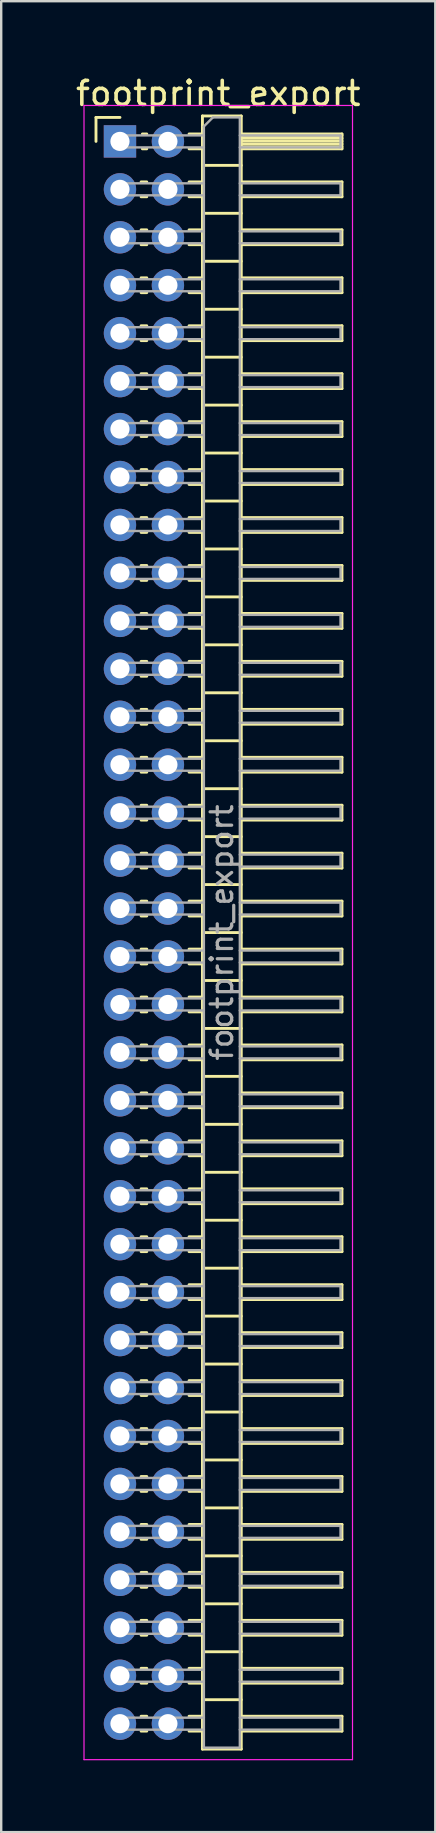
<source format=kicad_pcb>
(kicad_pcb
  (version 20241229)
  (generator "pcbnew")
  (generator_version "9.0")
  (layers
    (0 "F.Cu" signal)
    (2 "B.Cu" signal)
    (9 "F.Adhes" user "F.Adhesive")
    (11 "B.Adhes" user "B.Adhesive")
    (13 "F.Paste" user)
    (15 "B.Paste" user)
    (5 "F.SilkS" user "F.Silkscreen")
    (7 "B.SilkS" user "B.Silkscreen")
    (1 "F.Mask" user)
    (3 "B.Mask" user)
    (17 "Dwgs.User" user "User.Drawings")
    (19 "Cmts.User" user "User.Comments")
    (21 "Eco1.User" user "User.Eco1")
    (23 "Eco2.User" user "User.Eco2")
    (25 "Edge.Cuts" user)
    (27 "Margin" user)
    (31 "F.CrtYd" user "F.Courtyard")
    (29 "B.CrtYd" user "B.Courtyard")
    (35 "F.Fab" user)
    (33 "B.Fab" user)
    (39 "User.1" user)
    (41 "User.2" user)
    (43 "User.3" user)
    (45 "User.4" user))
  (footprint "footprint_export"
    (layer "F.Cu")
    (at 1.954 2.848)
    (property "Reference" "footprint_export" (at 4.1 -2 0) (layer "F.SilkS") (effects (font (size 1 1) (thickness 0.15))))
    (attr through_hole)
    (fp_line (start -1 -1) (end 0 -1) (stroke (width 0.12) (type solid)) (layer "F.SilkS"))
    (fp_line (start -1 0) (end -1 -1) (stroke (width 0.12) (type solid)) (layer "F.SilkS"))
    (fp_line (start 0.882 1.69) (end 1.118 1.69) (stroke (width 0.12) (type solid)) (layer "F.SilkS"))
    (fp_line (start 0.882 2.31) (end 1.118 2.31) (stroke (width 0.12) (type solid)) (layer "F.SilkS"))
    (fp_line (start 0.882 3.69) (end 1.118 3.69) (stroke (width 0.12) (type solid)) (layer "F.SilkS"))
    (fp_line (start 0.882 4.31) (end 1.118 4.31) (stroke (width 0.12) (type solid)) (layer "F.SilkS"))
    (fp_line (start 0.882 5.69) (end 1.118 5.69) (stroke (width 0.12) (type solid)) (layer "F.SilkS"))
    (fp_line (start 0.882 6.31) (end 1.118 6.31) (stroke (width 0.12) (type solid)) (layer "F.SilkS"))
    (fp_line (start 0.882 7.69) (end 1.118 7.69) (stroke (width 0.12) (type solid)) (layer "F.SilkS"))
    (fp_line (start 0.882 8.31) (end 1.118 8.31) (stroke (width 0.12) (type solid)) (layer "F.SilkS"))
    (fp_line (start 0.882 9.69) (end 1.118 9.69) (stroke (width 0.12) (type solid)) (layer "F.SilkS"))
    (fp_line (start 0.882 10.31) (end 1.118 10.31) (stroke (width 0.12) (type solid)) (layer "F.SilkS"))
    (fp_line (start 0.882 11.69) (end 1.118 11.69) (stroke (width 0.12) (type solid)) (layer "F.SilkS"))
    (fp_line (start 0.882 12.31) (end 1.118 12.31) (stroke (width 0.12) (type solid)) (layer "F.SilkS"))
    (fp_line (start 0.882 13.69) (end 1.118 13.69) (stroke (width 0.12) (type solid)) (layer "F.SilkS"))
    (fp_line (start 0.882 14.31) (end 1.118 14.31) (stroke (width 0.12) (type solid)) (layer "F.SilkS"))
    (fp_line (start 0.882 15.69) (end 1.118 15.69) (stroke (width 0.12) (type solid)) (layer "F.SilkS"))
    (fp_line (start 0.882 16.31) (end 1.118 16.31) (stroke (width 0.12) (type solid)) (layer "F.SilkS"))
    (fp_line (start 0.882 17.69) (end 1.118 17.69) (stroke (width 0.12) (type solid)) (layer "F.SilkS"))
    (fp_line (start 0.882 18.31) (end 1.118 18.31) (stroke (width 0.12) (type solid)) (layer "F.SilkS"))
    (fp_line (start 0.882 19.69) (end 1.118 19.69) (stroke (width 0.12) (type solid)) (layer "F.SilkS"))
    (fp_line (start 0.882 20.31) (end 1.118 20.31) (stroke (width 0.12) (type solid)) (layer "F.SilkS"))
    (fp_line (start 0.882 21.69) (end 1.118 21.69) (stroke (width 0.12) (type solid)) (layer "F.SilkS"))
    (fp_line (start 0.882 22.31) (end 1.118 22.31) (stroke (width 0.12) (type solid)) (layer "F.SilkS"))
    (fp_line (start 0.882 23.69) (end 1.118 23.69) (stroke (width 0.12) (type solid)) (layer "F.SilkS"))
    (fp_line (start 0.882 24.31) (end 1.118 24.31) (stroke (width 0.12) (type solid)) (layer "F.SilkS"))
    (fp_line (start 0.882 25.69) (end 1.118 25.69) (stroke (width 0.12) (type solid)) (layer "F.SilkS"))
    (fp_line (start 0.882 26.31) (end 1.118 26.31) (stroke (width 0.12) (type solid)) (layer "F.SilkS"))
    (fp_line (start 0.882 27.69) (end 1.118 27.69) (stroke (width 0.12) (type solid)) (layer "F.SilkS"))
    (fp_line (start 0.882 28.31) (end 1.118 28.31) (stroke (width 0.12) (type solid)) (layer "F.SilkS"))
    (fp_line (start 0.882 29.69) (end 1.118 29.69) (stroke (width 0.12) (type solid)) (layer "F.SilkS"))
    (fp_line (start 0.882 30.31) (end 1.118 30.31) (stroke (width 0.12) (type solid)) (layer "F.SilkS"))
    (fp_line (start 0.882 31.69) (end 1.118 31.69) (stroke (width 0.12) (type solid)) (layer "F.SilkS"))
    (fp_line (start 0.882 32.31) (end 1.118 32.31) (stroke (width 0.12) (type solid)) (layer "F.SilkS"))
    (fp_line (start 0.882 33.69) (end 1.118 33.69) (stroke (width 0.12) (type solid)) (layer "F.SilkS"))
    (fp_line (start 0.882 34.31) (end 1.118 34.31) (stroke (width 0.12) (type solid)) (layer "F.SilkS"))
    (fp_line (start 0.882 35.69) (end 1.118 35.69) (stroke (width 0.12) (type solid)) (layer "F.SilkS"))
    (fp_line (start 0.882 36.31) (end 1.118 36.31) (stroke (width 0.12) (type solid)) (layer "F.SilkS"))
    (fp_line (start 0.882 37.69) (end 1.118 37.69) (stroke (width 0.12) (type solid)) (layer "F.SilkS"))
    (fp_line (start 0.882 38.31) (end 1.118 38.31) (stroke (width 0.12) (type solid)) (layer "F.SilkS"))
    (fp_line (start 0.882 39.69) (end 1.118 39.69) (stroke (width 0.12) (type solid)) (layer "F.SilkS"))
    (fp_line (start 0.882 40.31) (end 1.118 40.31) (stroke (width 0.12) (type solid)) (layer "F.SilkS"))
    (fp_line (start 0.882 41.69) (end 1.118 41.69) (stroke (width 0.12) (type solid)) (layer "F.SilkS"))
    (fp_line (start 0.882 42.31) (end 1.118 42.31) (stroke (width 0.12) (type solid)) (layer "F.SilkS"))
    (fp_line (start 0.882 43.69) (end 1.118 43.69) (stroke (width 0.12) (type solid)) (layer "F.SilkS"))
    (fp_line (start 0.882 44.31) (end 1.118 44.31) (stroke (width 0.12) (type solid)) (layer "F.SilkS"))
    (fp_line (start 0.882 45.69) (end 1.118 45.69) (stroke (width 0.12) (type solid)) (layer "F.SilkS"))
    (fp_line (start 0.882 46.31) (end 1.118 46.31) (stroke (width 0.12) (type solid)) (layer "F.SilkS"))
    (fp_line (start 0.882 47.69) (end 1.118 47.69) (stroke (width 0.12) (type solid)) (layer "F.SilkS"))
    (fp_line (start 0.882 48.31) (end 1.118 48.31) (stroke (width 0.12) (type solid)) (layer "F.SilkS"))
    (fp_line (start 0.882 49.69) (end 1.118 49.69) (stroke (width 0.12) (type solid)) (layer "F.SilkS"))
    (fp_line (start 0.882 50.31) (end 1.118 50.31) (stroke (width 0.12) (type solid)) (layer "F.SilkS"))
    (fp_line (start 0.882 51.69) (end 1.118 51.69) (stroke (width 0.12) (type solid)) (layer "F.SilkS"))
    (fp_line (start 0.882 52.31) (end 1.118 52.31) (stroke (width 0.12) (type solid)) (layer "F.SilkS"))
    (fp_line (start 0.882 53.69) (end 1.118 53.69) (stroke (width 0.12) (type solid)) (layer "F.SilkS"))
    (fp_line (start 0.882 54.31) (end 1.118 54.31) (stroke (width 0.12) (type solid)) (layer "F.SilkS"))
    (fp_line (start 0.882 55.69) (end 1.118 55.69) (stroke (width 0.12) (type solid)) (layer "F.SilkS"))
    (fp_line (start 0.882 56.31) (end 1.118 56.31) (stroke (width 0.12) (type solid)) (layer "F.SilkS"))
    (fp_line (start 0.882 57.69) (end 1.118 57.69) (stroke (width 0.12) (type solid)) (layer "F.SilkS"))
    (fp_line (start 0.882 58.31) (end 1.118 58.31) (stroke (width 0.12) (type solid)) (layer "F.SilkS"))
    (fp_line (start 0.882 59.69) (end 1.118 59.69) (stroke (width 0.12) (type solid)) (layer "F.SilkS"))
    (fp_line (start 0.882 60.31) (end 1.118 60.31) (stroke (width 0.12) (type solid)) (layer "F.SilkS"))
    (fp_line (start 0.882 61.69) (end 1.118 61.69) (stroke (width 0.12) (type solid)) (layer "F.SilkS"))
    (fp_line (start 0.882 62.31) (end 1.118 62.31) (stroke (width 0.12) (type solid)) (layer "F.SilkS"))
    (fp_line (start 0.882 63.69) (end 1.118 63.69) (stroke (width 0.12) (type solid)) (layer "F.SilkS"))
    (fp_line (start 0.882 64.31) (end 1.118 64.31) (stroke (width 0.12) (type solid)) (layer "F.SilkS"))
    (fp_line (start 0.882 65.69) (end 1.118 65.69) (stroke (width 0.12) (type solid)) (layer "F.SilkS"))
    (fp_line (start 0.882 66.31) (end 1.118 66.31) (stroke (width 0.12) (type solid)) (layer "F.SilkS"))
    (fp_line (start 0.935 -0.31) (end 1.118 -0.31) (stroke (width 0.12) (type solid)) (layer "F.SilkS"))
    (fp_line (start 0.935 0.31) (end 1.118 0.31) (stroke (width 0.12) (type solid)) (layer "F.SilkS"))
    (fp_line (start 2.882 -0.31) (end 3.44 -0.31) (stroke (width 0.12) (type solid)) (layer "F.SilkS"))
    (fp_line (start 2.882 0.31) (end 3.44 0.31) (stroke (width 0.12) (type solid)) (layer "F.SilkS"))
    (fp_line (start 2.882 1.69) (end 3.44 1.69) (stroke (width 0.12) (type solid)) (layer "F.SilkS"))
    (fp_line (start 2.882 2.31) (end 3.44 2.31) (stroke (width 0.12) (type solid)) (layer "F.SilkS"))
    (fp_line (start 2.882 3.69) (end 3.44 3.69) (stroke (width 0.12) (type solid)) (layer "F.SilkS"))
    (fp_line (start 2.882 4.31) (end 3.44 4.31) (stroke (width 0.12) (type solid)) (layer "F.SilkS"))
    (fp_line (start 2.882 5.69) (end 3.44 5.69) (stroke (width 0.12) (type solid)) (layer "F.SilkS"))
    (fp_line (start 2.882 6.31) (end 3.44 6.31) (stroke (width 0.12) (type solid)) (layer "F.SilkS"))
    (fp_line (start 2.882 7.69) (end 3.44 7.69) (stroke (width 0.12) (type solid)) (layer "F.SilkS"))
    (fp_line (start 2.882 8.31) (end 3.44 8.31) (stroke (width 0.12) (type solid)) (layer "F.SilkS"))
    (fp_line (start 2.882 9.69) (end 3.44 9.69) (stroke (width 0.12) (type solid)) (layer "F.SilkS"))
    (fp_line (start 2.882 10.31) (end 3.44 10.31) (stroke (width 0.12) (type solid)) (layer "F.SilkS"))
    (fp_line (start 2.882 11.69) (end 3.44 11.69) (stroke (width 0.12) (type solid)) (layer "F.SilkS"))
    (fp_line (start 2.882 12.31) (end 3.44 12.31) (stroke (width 0.12) (type solid)) (layer "F.SilkS"))
    (fp_line (start 2.882 13.69) (end 3.44 13.69) (stroke (width 0.12) (type solid)) (layer "F.SilkS"))
    (fp_line (start 2.882 14.31) (end 3.44 14.31) (stroke (width 0.12) (type solid)) (layer "F.SilkS"))
    (fp_line (start 2.882 15.69) (end 3.44 15.69) (stroke (width 0.12) (type solid)) (layer "F.SilkS"))
    (fp_line (start 2.882 16.31) (end 3.44 16.31) (stroke (width 0.12) (type solid)) (layer "F.SilkS"))
    (fp_line (start 2.882 17.69) (end 3.44 17.69) (stroke (width 0.12) (type solid)) (layer "F.SilkS"))
    (fp_line (start 2.882 18.31) (end 3.44 18.31) (stroke (width 0.12) (type solid)) (layer "F.SilkS"))
    (fp_line (start 2.882 19.69) (end 3.44 19.69) (stroke (width 0.12) (type solid)) (layer "F.SilkS"))
    (fp_line (start 2.882 20.31) (end 3.44 20.31) (stroke (width 0.12) (type solid)) (layer "F.SilkS"))
    (fp_line (start 2.882 21.69) (end 3.44 21.69) (stroke (width 0.12) (type solid)) (layer "F.SilkS"))
    (fp_line (start 2.882 22.31) (end 3.44 22.31) (stroke (width 0.12) (type solid)) (layer "F.SilkS"))
    (fp_line (start 2.882 23.69) (end 3.44 23.69) (stroke (width 0.12) (type solid)) (layer "F.SilkS"))
    (fp_line (start 2.882 24.31) (end 3.44 24.31) (stroke (width 0.12) (type solid)) (layer "F.SilkS"))
    (fp_line (start 2.882 25.69) (end 3.44 25.69) (stroke (width 0.12) (type solid)) (layer "F.SilkS"))
    (fp_line (start 2.882 26.31) (end 3.44 26.31) (stroke (width 0.12) (type solid)) (layer "F.SilkS"))
    (fp_line (start 2.882 27.69) (end 3.44 27.69) (stroke (width 0.12) (type solid)) (layer "F.SilkS"))
    (fp_line (start 2.882 28.31) (end 3.44 28.31) (stroke (width 0.12) (type solid)) (layer "F.SilkS"))
    (fp_line (start 2.882 29.69) (end 3.44 29.69) (stroke (width 0.12) (type solid)) (layer "F.SilkS"))
    (fp_line (start 2.882 30.31) (end 3.44 30.31) (stroke (width 0.12) (type solid)) (layer "F.SilkS"))
    (fp_line (start 2.882 31.69) (end 3.44 31.69) (stroke (width 0.12) (type solid)) (layer "F.SilkS"))
    (fp_line (start 2.882 32.31) (end 3.44 32.31) (stroke (width 0.12) (type solid)) (layer "F.SilkS"))
    (fp_line (start 2.882 33.69) (end 3.44 33.69) (stroke (width 0.12) (type solid)) (layer "F.SilkS"))
    (fp_line (start 2.882 34.31) (end 3.44 34.31) (stroke (width 0.12) (type solid)) (layer "F.SilkS"))
    (fp_line (start 2.882 35.69) (end 3.44 35.69) (stroke (width 0.12) (type solid)) (layer "F.SilkS"))
    (fp_line (start 2.882 36.31) (end 3.44 36.31) (stroke (width 0.12) (type solid)) (layer "F.SilkS"))
    (fp_line (start 2.882 37.69) (end 3.44 37.69) (stroke (width 0.12) (type solid)) (layer "F.SilkS"))
    (fp_line (start 2.882 38.31) (end 3.44 38.31) (stroke (width 0.12) (type solid)) (layer "F.SilkS"))
    (fp_line (start 2.882 39.69) (end 3.44 39.69) (stroke (width 0.12) (type solid)) (layer "F.SilkS"))
    (fp_line (start 2.882 40.31) (end 3.44 40.31) (stroke (width 0.12) (type solid)) (layer "F.SilkS"))
    (fp_line (start 2.882 41.69) (end 3.44 41.69) (stroke (width 0.12) (type solid)) (layer "F.SilkS"))
    (fp_line (start 2.882 42.31) (end 3.44 42.31) (stroke (width 0.12) (type solid)) (layer "F.SilkS"))
    (fp_line (start 2.882 43.69) (end 3.44 43.69) (stroke (width 0.12) (type solid)) (layer "F.SilkS"))
    (fp_line (start 2.882 44.31) (end 3.44 44.31) (stroke (width 0.12) (type solid)) (layer "F.SilkS"))
    (fp_line (start 2.882 45.69) (end 3.44 45.69) (stroke (width 0.12) (type solid)) (layer "F.SilkS"))
    (fp_line (start 2.882 46.31) (end 3.44 46.31) (stroke (width 0.12) (type solid)) (layer "F.SilkS"))
    (fp_line (start 2.882 47.69) (end 3.44 47.69) (stroke (width 0.12) (type solid)) (layer "F.SilkS"))
    (fp_line (start 2.882 48.31) (end 3.44 48.31) (stroke (width 0.12) (type solid)) (layer "F.SilkS"))
    (fp_line (start 2.882 49.69) (end 3.44 49.69) (stroke (width 0.12) (type solid)) (layer "F.SilkS"))
    (fp_line (start 2.882 50.31) (end 3.44 50.31) (stroke (width 0.12) (type solid)) (layer "F.SilkS"))
    (fp_line (start 2.882 51.69) (end 3.44 51.69) (stroke (width 0.12) (type solid)) (layer "F.SilkS"))
    (fp_line (start 2.882 52.31) (end 3.44 52.31) (stroke (width 0.12) (type solid)) (layer "F.SilkS"))
    (fp_line (start 2.882 53.69) (end 3.44 53.69) (stroke (width 0.12) (type solid)) (layer "F.SilkS"))
    (fp_line (start 2.882 54.31) (end 3.44 54.31) (stroke (width 0.12) (type solid)) (layer "F.SilkS"))
    (fp_line (start 2.882 55.69) (end 3.44 55.69) (stroke (width 0.12) (type solid)) (layer "F.SilkS"))
    (fp_line (start 2.882 56.31) (end 3.44 56.31) (stroke (width 0.12) (type solid)) (layer "F.SilkS"))
    (fp_line (start 2.882 57.69) (end 3.44 57.69) (stroke (width 0.12) (type solid)) (layer "F.SilkS"))
    (fp_line (start 2.882 58.31) (end 3.44 58.31) (stroke (width 0.12) (type solid)) (layer "F.SilkS"))
    (fp_line (start 2.882 59.69) (end 3.44 59.69) (stroke (width 0.12) (type solid)) (layer "F.SilkS"))
    (fp_line (start 2.882 60.31) (end 3.44 60.31) (stroke (width 0.12) (type solid)) (layer "F.SilkS"))
    (fp_line (start 2.882 61.69) (end 3.44 61.69) (stroke (width 0.12) (type solid)) (layer "F.SilkS"))
    (fp_line (start 2.882 62.31) (end 3.44 62.31) (stroke (width 0.12) (type solid)) (layer "F.SilkS"))
    (fp_line (start 2.882 63.69) (end 3.44 63.69) (stroke (width 0.12) (type solid)) (layer "F.SilkS"))
    (fp_line (start 2.882 64.31) (end 3.44 64.31) (stroke (width 0.12) (type solid)) (layer "F.SilkS"))
    (fp_line (start 2.882 65.69) (end 3.44 65.69) (stroke (width 0.12) (type solid)) (layer "F.SilkS"))
    (fp_line (start 2.882 66.31) (end 3.44 66.31) (stroke (width 0.12) (type solid)) (layer "F.SilkS"))
    (fp_line (start 3.44 -1.06) (end 3.44 67.06) (stroke (width 0.12) (type solid)) (layer "F.SilkS"))
    (fp_line (start 3.44 1) (end 5.06 1) (stroke (width 0.12) (type solid)) (layer "F.SilkS"))
    (fp_line (start 3.44 3) (end 5.06 3) (stroke (width 0.12) (type solid)) (layer "F.SilkS"))
    (fp_line (start 3.44 5) (end 5.06 5) (stroke (width 0.12) (type solid)) (layer "F.SilkS"))
    (fp_line (start 3.44 7) (end 5.06 7) (stroke (width 0.12) (type solid)) (layer "F.SilkS"))
    (fp_line (start 3.44 9) (end 5.06 9) (stroke (width 0.12) (type solid)) (layer "F.SilkS"))
    (fp_line (start 3.44 11) (end 5.06 11) (stroke (width 0.12) (type solid)) (layer "F.SilkS"))
    (fp_line (start 3.44 13) (end 5.06 13) (stroke (width 0.12) (type solid)) (layer "F.SilkS"))
    (fp_line (start 3.44 15) (end 5.06 15) (stroke (width 0.12) (type solid)) (layer "F.SilkS"))
    (fp_line (start 3.44 17) (end 5.06 17) (stroke (width 0.12) (type solid)) (layer "F.SilkS"))
    (fp_line (start 3.44 19) (end 5.06 19) (stroke (width 0.12) (type solid)) (layer "F.SilkS"))
    (fp_line (start 3.44 21) (end 5.06 21) (stroke (width 0.12) (type solid)) (layer "F.SilkS"))
    (fp_line (start 3.44 23) (end 5.06 23) (stroke (width 0.12) (type solid)) (layer "F.SilkS"))
    (fp_line (start 3.44 25) (end 5.06 25) (stroke (width 0.12) (type solid)) (layer "F.SilkS"))
    (fp_line (start 3.44 27) (end 5.06 27) (stroke (width 0.12) (type solid)) (layer "F.SilkS"))
    (fp_line (start 3.44 29) (end 5.06 29) (stroke (width 0.12) (type solid)) (layer "F.SilkS"))
    (fp_line (start 3.44 31) (end 5.06 31) (stroke (width 0.12) (type solid)) (layer "F.SilkS"))
    (fp_line (start 3.44 33) (end 5.06 33) (stroke (width 0.12) (type solid)) (layer "F.SilkS"))
    (fp_line (start 3.44 35) (end 5.06 35) (stroke (width 0.12) (type solid)) (layer "F.SilkS"))
    (fp_line (start 3.44 37) (end 5.06 37) (stroke (width 0.12) (type solid)) (layer "F.SilkS"))
    (fp_line (start 3.44 39) (end 5.06 39) (stroke (width 0.12) (type solid)) (layer "F.SilkS"))
    (fp_line (start 3.44 41) (end 5.06 41) (stroke (width 0.12) (type solid)) (layer "F.SilkS"))
    (fp_line (start 3.44 43) (end 5.06 43) (stroke (width 0.12) (type solid)) (layer "F.SilkS"))
    (fp_line (start 3.44 45) (end 5.06 45) (stroke (width 0.12) (type solid)) (layer "F.SilkS"))
    (fp_line (start 3.44 47) (end 5.06 47) (stroke (width 0.12) (type solid)) (layer "F.SilkS"))
    (fp_line (start 3.44 49) (end 5.06 49) (stroke (width 0.12) (type solid)) (layer "F.SilkS"))
    (fp_line (start 3.44 51) (end 5.06 51) (stroke (width 0.12) (type solid)) (layer "F.SilkS"))
    (fp_line (start 3.44 53) (end 5.06 53) (stroke (width 0.12) (type solid)) (layer "F.SilkS"))
    (fp_line (start 3.44 55) (end 5.06 55) (stroke (width 0.12) (type solid)) (layer "F.SilkS"))
    (fp_line (start 3.44 57) (end 5.06 57) (stroke (width 0.12) (type solid)) (layer "F.SilkS"))
    (fp_line (start 3.44 59) (end 5.06 59) (stroke (width 0.12) (type solid)) (layer "F.SilkS"))
    (fp_line (start 3.44 61) (end 5.06 61) (stroke (width 0.12) (type solid)) (layer "F.SilkS"))
    (fp_line (start 3.44 63) (end 5.06 63) (stroke (width 0.12) (type solid)) (layer "F.SilkS"))
    (fp_line (start 3.44 65) (end 5.06 65) (stroke (width 0.12) (type solid)) (layer "F.SilkS"))
    (fp_line (start 3.44 67.06) (end 5.06 67.06) (stroke (width 0.12) (type solid)) (layer "F.SilkS"))
    (fp_line (start 5.06 -1.06) (end 3.44 -1.06) (stroke (width 0.12) (type solid)) (layer "F.SilkS"))
    (fp_line (start 5.06 -0.31) (end 9.26 -0.31) (stroke (width 0.12) (type solid)) (layer "F.SilkS"))
    (fp_line (start 5.06 -0.25) (end 9.26 -0.25) (stroke (width 0.12) (type solid)) (layer "F.SilkS"))
    (fp_line (start 5.06 -0.13) (end 9.26 -0.13) (stroke (width 0.12) (type solid)) (layer "F.SilkS"))
    (fp_line (start 5.06 -0.01) (end 9.26 -0.01) (stroke (width 0.12) (type solid)) (layer "F.SilkS"))
    (fp_line (start 5.06 0.11) (end 9.26 0.11) (stroke (width 0.12) (type solid)) (layer "F.SilkS"))
    (fp_line (start 5.06 0.23) (end 9.26 0.23) (stroke (width 0.12) (type solid)) (layer "F.SilkS"))
    (fp_line (start 5.06 1.69) (end 9.26 1.69) (stroke (width 0.12) (type solid)) (layer "F.SilkS"))
    (fp_line (start 5.06 3.69) (end 9.26 3.69) (stroke (width 0.12) (type solid)) (layer "F.SilkS"))
    (fp_line (start 5.06 5.69) (end 9.26 5.69) (stroke (width 0.12) (type solid)) (layer "F.SilkS"))
    (fp_line (start 5.06 7.69) (end 9.26 7.69) (stroke (width 0.12) (type solid)) (layer "F.SilkS"))
    (fp_line (start 5.06 9.69) (end 9.26 9.69) (stroke (width 0.12) (type solid)) (layer "F.SilkS"))
    (fp_line (start 5.06 11.69) (end 9.26 11.69) (stroke (width 0.12) (type solid)) (layer "F.SilkS"))
    (fp_line (start 5.06 13.69) (end 9.26 13.69) (stroke (width 0.12) (type solid)) (layer "F.SilkS"))
    (fp_line (start 5.06 15.69) (end 9.26 15.69) (stroke (width 0.12) (type solid)) (layer "F.SilkS"))
    (fp_line (start 5.06 17.69) (end 9.26 17.69) (stroke (width 0.12) (type solid)) (layer "F.SilkS"))
    (fp_line (start 5.06 19.69) (end 9.26 19.69) (stroke (width 0.12) (type solid)) (layer "F.SilkS"))
    (fp_line (start 5.06 21.69) (end 9.26 21.69) (stroke (width 0.12) (type solid)) (layer "F.SilkS"))
    (fp_line (start 5.06 23.69) (end 9.26 23.69) (stroke (width 0.12) (type solid)) (layer "F.SilkS"))
    (fp_line (start 5.06 25.69) (end 9.26 25.69) (stroke (width 0.12) (type solid)) (layer "F.SilkS"))
    (fp_line (start 5.06 27.69) (end 9.26 27.69) (stroke (width 0.12) (type solid)) (layer "F.SilkS"))
    (fp_line (start 5.06 29.69) (end 9.26 29.69) (stroke (width 0.12) (type solid)) (layer "F.SilkS"))
    (fp_line (start 5.06 31.69) (end 9.26 31.69) (stroke (width 0.12) (type solid)) (layer "F.SilkS"))
    (fp_line (start 5.06 33.69) (end 9.26 33.69) (stroke (width 0.12) (type solid)) (layer "F.SilkS"))
    (fp_line (start 5.06 35.69) (end 9.26 35.69) (stroke (width 0.12) (type solid)) (layer "F.SilkS"))
    (fp_line (start 5.06 37.69) (end 9.26 37.69) (stroke (width 0.12) (type solid)) (layer "F.SilkS"))
    (fp_line (start 5.06 39.69) (end 9.26 39.69) (stroke (width 0.12) (type solid)) (layer "F.SilkS"))
    (fp_line (start 5.06 41.69) (end 9.26 41.69) (stroke (width 0.12) (type solid)) (layer "F.SilkS"))
    (fp_line (start 5.06 43.69) (end 9.26 43.69) (stroke (width 0.12) (type solid)) (layer "F.SilkS"))
    (fp_line (start 5.06 45.69) (end 9.26 45.69) (stroke (width 0.12) (type solid)) (layer "F.SilkS"))
    (fp_line (start 5.06 47.69) (end 9.26 47.69) (stroke (width 0.12) (type solid)) (layer "F.SilkS"))
    (fp_line (start 5.06 49.69) (end 9.26 49.69) (stroke (width 0.12) (type solid)) (layer "F.SilkS"))
    (fp_line (start 5.06 51.69) (end 9.26 51.69) (stroke (width 0.12) (type solid)) (layer "F.SilkS"))
    (fp_line (start 5.06 53.69) (end 9.26 53.69) (stroke (width 0.12) (type solid)) (layer "F.SilkS"))
    (fp_line (start 5.06 55.69) (end 9.26 55.69) (stroke (width 0.12) (type solid)) (layer "F.SilkS"))
    (fp_line (start 5.06 57.69) (end 9.26 57.69) (stroke (width 0.12) (type solid)) (layer "F.SilkS"))
    (fp_line (start 5.06 59.69) (end 9.26 59.69) (stroke (width 0.12) (type solid)) (layer "F.SilkS"))
    (fp_line (start 5.06 61.69) (end 9.26 61.69) (stroke (width 0.12) (type solid)) (layer "F.SilkS"))
    (fp_line (start 5.06 63.69) (end 9.26 63.69) (stroke (width 0.12) (type solid)) (layer "F.SilkS"))
    (fp_line (start 5.06 65.69) (end 9.26 65.69) (stroke (width 0.12) (type solid)) (layer "F.SilkS"))
    (fp_line (start 5.06 67.06) (end 5.06 -1.06) (stroke (width 0.12) (type solid)) (layer "F.SilkS"))
    (fp_line (start 9.26 -0.31) (end 9.26 0.31) (stroke (width 0.12) (type solid)) (layer "F.SilkS"))
    (fp_line (start 9.26 0.31) (end 5.06 0.31) (stroke (width 0.12) (type solid)) (layer "F.SilkS"))
    (fp_line (start 9.26 1.69) (end 9.26 2.31) (stroke (width 0.12) (type solid)) (layer "F.SilkS"))
    (fp_line (start 9.26 2.31) (end 5.06 2.31) (stroke (width 0.12) (type solid)) (layer "F.SilkS"))
    (fp_line (start 9.26 3.69) (end 9.26 4.31) (stroke (width 0.12) (type solid)) (layer "F.SilkS"))
    (fp_line (start 9.26 4.31) (end 5.06 4.31) (stroke (width 0.12) (type solid)) (layer "F.SilkS"))
    (fp_line (start 9.26 5.69) (end 9.26 6.31) (stroke (width 0.12) (type solid)) (layer "F.SilkS"))
    (fp_line (start 9.26 6.31) (end 5.06 6.31) (stroke (width 0.12) (type solid)) (layer "F.SilkS"))
    (fp_line (start 9.26 7.69) (end 9.26 8.31) (stroke (width 0.12) (type solid)) (layer "F.SilkS"))
    (fp_line (start 9.26 8.31) (end 5.06 8.31) (stroke (width 0.12) (type solid)) (layer "F.SilkS"))
    (fp_line (start 9.26 9.69) (end 9.26 10.31) (stroke (width 0.12) (type solid)) (layer "F.SilkS"))
    (fp_line (start 9.26 10.31) (end 5.06 10.31) (stroke (width 0.12) (type solid)) (layer "F.SilkS"))
    (fp_line (start 9.26 11.69) (end 9.26 12.31) (stroke (width 0.12) (type solid)) (layer "F.SilkS"))
    (fp_line (start 9.26 12.31) (end 5.06 12.31) (stroke (width 0.12) (type solid)) (layer "F.SilkS"))
    (fp_line (start 9.26 13.69) (end 9.26 14.31) (stroke (width 0.12) (type solid)) (layer "F.SilkS"))
    (fp_line (start 9.26 14.31) (end 5.06 14.31) (stroke (width 0.12) (type solid)) (layer "F.SilkS"))
    (fp_line (start 9.26 15.69) (end 9.26 16.31) (stroke (width 0.12) (type solid)) (layer "F.SilkS"))
    (fp_line (start 9.26 16.31) (end 5.06 16.31) (stroke (width 0.12) (type solid)) (layer "F.SilkS"))
    (fp_line (start 9.26 17.69) (end 9.26 18.31) (stroke (width 0.12) (type solid)) (layer "F.SilkS"))
    (fp_line (start 9.26 18.31) (end 5.06 18.31) (stroke (width 0.12) (type solid)) (layer "F.SilkS"))
    (fp_line (start 9.26 19.69) (end 9.26 20.31) (stroke (width 0.12) (type solid)) (layer "F.SilkS"))
    (fp_line (start 9.26 20.31) (end 5.06 20.31) (stroke (width 0.12) (type solid)) (layer "F.SilkS"))
    (fp_line (start 9.26 21.69) (end 9.26 22.31) (stroke (width 0.12) (type solid)) (layer "F.SilkS"))
    (fp_line (start 9.26 22.31) (end 5.06 22.31) (stroke (width 0.12) (type solid)) (layer "F.SilkS"))
    (fp_line (start 9.26 23.69) (end 9.26 24.31) (stroke (width 0.12) (type solid)) (layer "F.SilkS"))
    (fp_line (start 9.26 24.31) (end 5.06 24.31) (stroke (width 0.12) (type solid)) (layer "F.SilkS"))
    (fp_line (start 9.26 25.69) (end 9.26 26.31) (stroke (width 0.12) (type solid)) (layer "F.SilkS"))
    (fp_line (start 9.26 26.31) (end 5.06 26.31) (stroke (width 0.12) (type solid)) (layer "F.SilkS"))
    (fp_line (start 9.26 27.69) (end 9.26 28.31) (stroke (width 0.12) (type solid)) (layer "F.SilkS"))
    (fp_line (start 9.26 28.31) (end 5.06 28.31) (stroke (width 0.12) (type solid)) (layer "F.SilkS"))
    (fp_line (start 9.26 29.69) (end 9.26 30.31) (stroke (width 0.12) (type solid)) (layer "F.SilkS"))
    (fp_line (start 9.26 30.31) (end 5.06 30.31) (stroke (width 0.12) (type solid)) (layer "F.SilkS"))
    (fp_line (start 9.26 31.69) (end 9.26 32.31) (stroke (width 0.12) (type solid)) (layer "F.SilkS"))
    (fp_line (start 9.26 32.31) (end 5.06 32.31) (stroke (width 0.12) (type solid)) (layer "F.SilkS"))
    (fp_line (start 9.26 33.69) (end 9.26 34.31) (stroke (width 0.12) (type solid)) (layer "F.SilkS"))
    (fp_line (start 9.26 34.31) (end 5.06 34.31) (stroke (width 0.12) (type solid)) (layer "F.SilkS"))
    (fp_line (start 9.26 35.69) (end 9.26 36.31) (stroke (width 0.12) (type solid)) (layer "F.SilkS"))
    (fp_line (start 9.26 36.31) (end 5.06 36.31) (stroke (width 0.12) (type solid)) (layer "F.SilkS"))
    (fp_line (start 9.26 37.69) (end 9.26 38.31) (stroke (width 0.12) (type solid)) (layer "F.SilkS"))
    (fp_line (start 9.26 38.31) (end 5.06 38.31) (stroke (width 0.12) (type solid)) (layer "F.SilkS"))
    (fp_line (start 9.26 39.69) (end 9.26 40.31) (stroke (width 0.12) (type solid)) (layer "F.SilkS"))
    (fp_line (start 9.26 40.31) (end 5.06 40.31) (stroke (width 0.12) (type solid)) (layer "F.SilkS"))
    (fp_line (start 9.26 41.69) (end 9.26 42.31) (stroke (width 0.12) (type solid)) (layer "F.SilkS"))
    (fp_line (start 9.26 42.31) (end 5.06 42.31) (stroke (width 0.12) (type solid)) (layer "F.SilkS"))
    (fp_line (start 9.26 43.69) (end 9.26 44.31) (stroke (width 0.12) (type solid)) (layer "F.SilkS"))
    (fp_line (start 9.26 44.31) (end 5.06 44.31) (stroke (width 0.12) (type solid)) (layer "F.SilkS"))
    (fp_line (start 9.26 45.69) (end 9.26 46.31) (stroke (width 0.12) (type solid)) (layer "F.SilkS"))
    (fp_line (start 9.26 46.31) (end 5.06 46.31) (stroke (width 0.12) (type solid)) (layer "F.SilkS"))
    (fp_line (start 9.26 47.69) (end 9.26 48.31) (stroke (width 0.12) (type solid)) (layer "F.SilkS"))
    (fp_line (start 9.26 48.31) (end 5.06 48.31) (stroke (width 0.12) (type solid)) (layer "F.SilkS"))
    (fp_line (start 9.26 49.69) (end 9.26 50.31) (stroke (width 0.12) (type solid)) (layer "F.SilkS"))
    (fp_line (start 9.26 50.31) (end 5.06 50.31) (stroke (width 0.12) (type solid)) (layer "F.SilkS"))
    (fp_line (start 9.26 51.69) (end 9.26 52.31) (stroke (width 0.12) (type solid)) (layer "F.SilkS"))
    (fp_line (start 9.26 52.31) (end 5.06 52.31) (stroke (width 0.12) (type solid)) (layer "F.SilkS"))
    (fp_line (start 9.26 53.69) (end 9.26 54.31) (stroke (width 0.12) (type solid)) (layer "F.SilkS"))
    (fp_line (start 9.26 54.31) (end 5.06 54.31) (stroke (width 0.12) (type solid)) (layer "F.SilkS"))
    (fp_line (start 9.26 55.69) (end 9.26 56.31) (stroke (width 0.12) (type solid)) (layer "F.SilkS"))
    (fp_line (start 9.26 56.31) (end 5.06 56.31) (stroke (width 0.12) (type solid)) (layer "F.SilkS"))
    (fp_line (start 9.26 57.69) (end 9.26 58.31) (stroke (width 0.12) (type solid)) (layer "F.SilkS"))
    (fp_line (start 9.26 58.31) (end 5.06 58.31) (stroke (width 0.12) (type solid)) (layer "F.SilkS"))
    (fp_line (start 9.26 59.69) (end 9.26 60.31) (stroke (width 0.12) (type solid)) (layer "F.SilkS"))
    (fp_line (start 9.26 60.31) (end 5.06 60.31) (stroke (width 0.12) (type solid)) (layer "F.SilkS"))
    (fp_line (start 9.26 61.69) (end 9.26 62.31) (stroke (width 0.12) (type solid)) (layer "F.SilkS"))
    (fp_line (start 9.26 62.31) (end 5.06 62.31) (stroke (width 0.12) (type solid)) (layer "F.SilkS"))
    (fp_line (start 9.26 63.69) (end 9.26 64.31) (stroke (width 0.12) (type solid)) (layer "F.SilkS"))
    (fp_line (start 9.26 64.31) (end 5.06 64.31) (stroke (width 0.12) (type solid)) (layer "F.SilkS"))
    (fp_line (start 9.26 65.69) (end 9.26 66.31) (stroke (width 0.12) (type solid)) (layer "F.SilkS"))
    (fp_line (start 9.26 66.31) (end 5.06 66.31) (stroke (width 0.12) (type solid)) (layer "F.SilkS"))
    (fp_line (start -1.5 -1.5) (end -1.5 67.5) (stroke (width 0.05) (type solid)) (layer "F.CrtYd"))
    (fp_line (start -1.5 67.5) (end 9.7 67.5) (stroke (width 0.05) (type solid)) (layer "F.CrtYd"))
    (fp_line (start 9.7 -1.5) (end -1.5 -1.5) (stroke (width 0.05) (type solid)) (layer "F.CrtYd"))
    (fp_line (start 9.7 67.5) (end 9.7 -1.5) (stroke (width 0.05) (type solid)) (layer "F.CrtYd"))
    (fp_line (start -0.25 -0.25) (end -0.25 0.25) (stroke (width 0.1) (type solid)) (layer "F.Fab"))
    (fp_line (start -0.25 -0.25) (end 3.5 -0.25) (stroke (width 0.1) (type solid)) (layer "F.Fab"))
    (fp_line (start -0.25 0.25) (end 3.5 0.25) (stroke (width 0.1) (type solid)) (layer "F.Fab"))
    (fp_line (start -0.25 1.75) (end -0.25 2.25) (stroke (width 0.1) (type solid)) (layer "F.Fab"))
    (fp_line (start -0.25 1.75) (end 3.5 1.75) (stroke (width 0.1) (type solid)) (layer "F.Fab"))
    (fp_line (start -0.25 2.25) (end 3.5 2.25) (stroke (width 0.1) (type solid)) (layer "F.Fab"))
    (fp_line (start -0.25 3.75) (end -0.25 4.25) (stroke (width 0.1) (type solid)) (layer "F.Fab"))
    (fp_line (start -0.25 3.75) (end 3.5 3.75) (stroke (width 0.1) (type solid)) (layer "F.Fab"))
    (fp_line (start -0.25 4.25) (end 3.5 4.25) (stroke (width 0.1) (type solid)) (layer "F.Fab"))
    (fp_line (start -0.25 5.75) (end -0.25 6.25) (stroke (width 0.1) (type solid)) (layer "F.Fab"))
    (fp_line (start -0.25 5.75) (end 3.5 5.75) (stroke (width 0.1) (type solid)) (layer "F.Fab"))
    (fp_line (start -0.25 6.25) (end 3.5 6.25) (stroke (width 0.1) (type solid)) (layer "F.Fab"))
    (fp_line (start -0.25 7.75) (end -0.25 8.25) (stroke (width 0.1) (type solid)) (layer "F.Fab"))
    (fp_line (start -0.25 7.75) (end 3.5 7.75) (stroke (width 0.1) (type solid)) (layer "F.Fab"))
    (fp_line (start -0.25 8.25) (end 3.5 8.25) (stroke (width 0.1) (type solid)) (layer "F.Fab"))
    (fp_line (start -0.25 9.75) (end -0.25 10.25) (stroke (width 0.1) (type solid)) (layer "F.Fab"))
    (fp_line (start -0.25 9.75) (end 3.5 9.75) (stroke (width 0.1) (type solid)) (layer "F.Fab"))
    (fp_line (start -0.25 10.25) (end 3.5 10.25) (stroke (width 0.1) (type solid)) (layer "F.Fab"))
    (fp_line (start -0.25 11.75) (end -0.25 12.25) (stroke (width 0.1) (type solid)) (layer "F.Fab"))
    (fp_line (start -0.25 11.75) (end 3.5 11.75) (stroke (width 0.1) (type solid)) (layer "F.Fab"))
    (fp_line (start -0.25 12.25) (end 3.5 12.25) (stroke (width 0.1) (type solid)) (layer "F.Fab"))
    (fp_line (start -0.25 13.75) (end -0.25 14.25) (stroke (width 0.1) (type solid)) (layer "F.Fab"))
    (fp_line (start -0.25 13.75) (end 3.5 13.75) (stroke (width 0.1) (type solid)) (layer "F.Fab"))
    (fp_line (start -0.25 14.25) (end 3.5 14.25) (stroke (width 0.1) (type solid)) (layer "F.Fab"))
    (fp_line (start -0.25 15.75) (end -0.25 16.25) (stroke (width 0.1) (type solid)) (layer "F.Fab"))
    (fp_line (start -0.25 15.75) (end 3.5 15.75) (stroke (width 0.1) (type solid)) (layer "F.Fab"))
    (fp_line (start -0.25 16.25) (end 3.5 16.25) (stroke (width 0.1) (type solid)) (layer "F.Fab"))
    (fp_line (start -0.25 17.75) (end -0.25 18.25) (stroke (width 0.1) (type solid)) (layer "F.Fab"))
    (fp_line (start -0.25 17.75) (end 3.5 17.75) (stroke (width 0.1) (type solid)) (layer "F.Fab"))
    (fp_line (start -0.25 18.25) (end 3.5 18.25) (stroke (width 0.1) (type solid)) (layer "F.Fab"))
    (fp_line (start -0.25 19.75) (end -0.25 20.25) (stroke (width 0.1) (type solid)) (layer "F.Fab"))
    (fp_line (start -0.25 19.75) (end 3.5 19.75) (stroke (width 0.1) (type solid)) (layer "F.Fab"))
    (fp_line (start -0.25 20.25) (end 3.5 20.25) (stroke (width 0.1) (type solid)) (layer "F.Fab"))
    (fp_line (start -0.25 21.75) (end -0.25 22.25) (stroke (width 0.1) (type solid)) (layer "F.Fab"))
    (fp_line (start -0.25 21.75) (end 3.5 21.75) (stroke (width 0.1) (type solid)) (layer "F.Fab"))
    (fp_line (start -0.25 22.25) (end 3.5 22.25) (stroke (width 0.1) (type solid)) (layer "F.Fab"))
    (fp_line (start -0.25 23.75) (end -0.25 24.25) (stroke (width 0.1) (type solid)) (layer "F.Fab"))
    (fp_line (start -0.25 23.75) (end 3.5 23.75) (stroke (width 0.1) (type solid)) (layer "F.Fab"))
    (fp_line (start -0.25 24.25) (end 3.5 24.25) (stroke (width 0.1) (type solid)) (layer "F.Fab"))
    (fp_line (start -0.25 25.75) (end -0.25 26.25) (stroke (width 0.1) (type solid)) (layer "F.Fab"))
    (fp_line (start -0.25 25.75) (end 3.5 25.75) (stroke (width 0.1) (type solid)) (layer "F.Fab"))
    (fp_line (start -0.25 26.25) (end 3.5 26.25) (stroke (width 0.1) (type solid)) (layer "F.Fab"))
    (fp_line (start -0.25 27.75) (end -0.25 28.25) (stroke (width 0.1) (type solid)) (layer "F.Fab"))
    (fp_line (start -0.25 27.75) (end 3.5 27.75) (stroke (width 0.1) (type solid)) (layer "F.Fab"))
    (fp_line (start -0.25 28.25) (end 3.5 28.25) (stroke (width 0.1) (type solid)) (layer "F.Fab"))
    (fp_line (start -0.25 29.75) (end -0.25 30.25) (stroke (width 0.1) (type solid)) (layer "F.Fab"))
    (fp_line (start -0.25 29.75) (end 3.5 29.75) (stroke (width 0.1) (type solid)) (layer "F.Fab"))
    (fp_line (start -0.25 30.25) (end 3.5 30.25) (stroke (width 0.1) (type solid)) (layer "F.Fab"))
    (fp_line (start -0.25 31.75) (end -0.25 32.25) (stroke (width 0.1) (type solid)) (layer "F.Fab"))
    (fp_line (start -0.25 31.75) (end 3.5 31.75) (stroke (width 0.1) (type solid)) (layer "F.Fab"))
    (fp_line (start -0.25 32.25) (end 3.5 32.25) (stroke (width 0.1) (type solid)) (layer "F.Fab"))
    (fp_line (start -0.25 33.75) (end -0.25 34.25) (stroke (width 0.1) (type solid)) (layer "F.Fab"))
    (fp_line (start -0.25 33.75) (end 3.5 33.75) (stroke (width 0.1) (type solid)) (layer "F.Fab"))
    (fp_line (start -0.25 34.25) (end 3.5 34.25) (stroke (width 0.1) (type solid)) (layer "F.Fab"))
    (fp_line (start -0.25 35.75) (end -0.25 36.25) (stroke (width 0.1) (type solid)) (layer "F.Fab"))
    (fp_line (start -0.25 35.75) (end 3.5 35.75) (stroke (width 0.1) (type solid)) (layer "F.Fab"))
    (fp_line (start -0.25 36.25) (end 3.5 36.25) (stroke (width 0.1) (type solid)) (layer "F.Fab"))
    (fp_line (start -0.25 37.75) (end -0.25 38.25) (stroke (width 0.1) (type solid)) (layer "F.Fab"))
    (fp_line (start -0.25 37.75) (end 3.5 37.75) (stroke (width 0.1) (type solid)) (layer "F.Fab"))
    (fp_line (start -0.25 38.25) (end 3.5 38.25) (stroke (width 0.1) (type solid)) (layer "F.Fab"))
    (fp_line (start -0.25 39.75) (end -0.25 40.25) (stroke (width 0.1) (type solid)) (layer "F.Fab"))
    (fp_line (start -0.25 39.75) (end 3.5 39.75) (stroke (width 0.1) (type solid)) (layer "F.Fab"))
    (fp_line (start -0.25 40.25) (end 3.5 40.25) (stroke (width 0.1) (type solid)) (layer "F.Fab"))
    (fp_line (start -0.25 41.75) (end -0.25 42.25) (stroke (width 0.1) (type solid)) (layer "F.Fab"))
    (fp_line (start -0.25 41.75) (end 3.5 41.75) (stroke (width 0.1) (type solid)) (layer "F.Fab"))
    (fp_line (start -0.25 42.25) (end 3.5 42.25) (stroke (width 0.1) (type solid)) (layer "F.Fab"))
    (fp_line (start -0.25 43.75) (end -0.25 44.25) (stroke (width 0.1) (type solid)) (layer "F.Fab"))
    (fp_line (start -0.25 43.75) (end 3.5 43.75) (stroke (width 0.1) (type solid)) (layer "F.Fab"))
    (fp_line (start -0.25 44.25) (end 3.5 44.25) (stroke (width 0.1) (type solid)) (layer "F.Fab"))
    (fp_line (start -0.25 45.75) (end -0.25 46.25) (stroke (width 0.1) (type solid)) (layer "F.Fab"))
    (fp_line (start -0.25 45.75) (end 3.5 45.75) (stroke (width 0.1) (type solid)) (layer "F.Fab"))
    (fp_line (start -0.25 46.25) (end 3.5 46.25) (stroke (width 0.1) (type solid)) (layer "F.Fab"))
    (fp_line (start -0.25 47.75) (end -0.25 48.25) (stroke (width 0.1) (type solid)) (layer "F.Fab"))
    (fp_line (start -0.25 47.75) (end 3.5 47.75) (stroke (width 0.1) (type solid)) (layer "F.Fab"))
    (fp_line (start -0.25 48.25) (end 3.5 48.25) (stroke (width 0.1) (type solid)) (layer "F.Fab"))
    (fp_line (start -0.25 49.75) (end -0.25 50.25) (stroke (width 0.1) (type solid)) (layer "F.Fab"))
    (fp_line (start -0.25 49.75) (end 3.5 49.75) (stroke (width 0.1) (type solid)) (layer "F.Fab"))
    (fp_line (start -0.25 50.25) (end 3.5 50.25) (stroke (width 0.1) (type solid)) (layer "F.Fab"))
    (fp_line (start -0.25 51.75) (end -0.25 52.25) (stroke (width 0.1) (type solid)) (layer "F.Fab"))
    (fp_line (start -0.25 51.75) (end 3.5 51.75) (stroke (width 0.1) (type solid)) (layer "F.Fab"))
    (fp_line (start -0.25 52.25) (end 3.5 52.25) (stroke (width 0.1) (type solid)) (layer "F.Fab"))
    (fp_line (start -0.25 53.75) (end -0.25 54.25) (stroke (width 0.1) (type solid)) (layer "F.Fab"))
    (fp_line (start -0.25 53.75) (end 3.5 53.75) (stroke (width 0.1) (type solid)) (layer "F.Fab"))
    (fp_line (start -0.25 54.25) (end 3.5 54.25) (stroke (width 0.1) (type solid)) (layer "F.Fab"))
    (fp_line (start -0.25 55.75) (end -0.25 56.25) (stroke (width 0.1) (type solid)) (layer "F.Fab"))
    (fp_line (start -0.25 55.75) (end 3.5 55.75) (stroke (width 0.1) (type solid)) (layer "F.Fab"))
    (fp_line (start -0.25 56.25) (end 3.5 56.25) (stroke (width 0.1) (type solid)) (layer "F.Fab"))
    (fp_line (start -0.25 57.75) (end -0.25 58.25) (stroke (width 0.1) (type solid)) (layer "F.Fab"))
    (fp_line (start -0.25 57.75) (end 3.5 57.75) (stroke (width 0.1) (type solid)) (layer "F.Fab"))
    (fp_line (start -0.25 58.25) (end 3.5 58.25) (stroke (width 0.1) (type solid)) (layer "F.Fab"))
    (fp_line (start -0.25 59.75) (end -0.25 60.25) (stroke (width 0.1) (type solid)) (layer "F.Fab"))
    (fp_line (start -0.25 59.75) (end 3.5 59.75) (stroke (width 0.1) (type solid)) (layer "F.Fab"))
    (fp_line (start -0.25 60.25) (end 3.5 60.25) (stroke (width 0.1) (type solid)) (layer "F.Fab"))
    (fp_line (start -0.25 61.75) (end -0.25 62.25) (stroke (width 0.1) (type solid)) (layer "F.Fab"))
    (fp_line (start -0.25 61.75) (end 3.5 61.75) (stroke (width 0.1) (type solid)) (layer "F.Fab"))
    (fp_line (start -0.25 62.25) (end 3.5 62.25) (stroke (width 0.1) (type solid)) (layer "F.Fab"))
    (fp_line (start -0.25 63.75) (end -0.25 64.25) (stroke (width 0.1) (type solid)) (layer "F.Fab"))
    (fp_line (start -0.25 63.75) (end 3.5 63.75) (stroke (width 0.1) (type solid)) (layer "F.Fab"))
    (fp_line (start -0.25 64.25) (end 3.5 64.25) (stroke (width 0.1) (type solid)) (layer "F.Fab"))
    (fp_line (start -0.25 65.75) (end -0.25 66.25) (stroke (width 0.1) (type solid)) (layer "F.Fab"))
    (fp_line (start -0.25 65.75) (end 3.5 65.75) (stroke (width 0.1) (type solid)) (layer "F.Fab"))
    (fp_line (start -0.25 66.25) (end 3.5 66.25) (stroke (width 0.1) (type solid)) (layer "F.Fab"))
    (fp_line (start 3.5 -0.625) (end 3.875 -1) (stroke (width 0.1) (type solid)) (layer "F.Fab"))
    (fp_line (start 3.5 67) (end 3.5 -0.625) (stroke (width 0.1) (type solid)) (layer "F.Fab"))
    (fp_line (start 3.875 -1) (end 5 -1) (stroke (width 0.1) (type solid)) (layer "F.Fab"))
    (fp_line (start 5 -1) (end 5 67) (stroke (width 0.1) (type solid)) (layer "F.Fab"))
    (fp_line (start 5 -0.25) (end 9.2 -0.25) (stroke (width 0.1) (type solid)) (layer "F.Fab"))
    (fp_line (start 5 0.25) (end 9.2 0.25) (stroke (width 0.1) (type solid)) (layer "F.Fab"))
    (fp_line (start 5 1.75) (end 9.2 1.75) (stroke (width 0.1) (type solid)) (layer "F.Fab"))
    (fp_line (start 5 2.25) (end 9.2 2.25) (stroke (width 0.1) (type solid)) (layer "F.Fab"))
    (fp_line (start 5 3.75) (end 9.2 3.75) (stroke (width 0.1) (type solid)) (layer "F.Fab"))
    (fp_line (start 5 4.25) (end 9.2 4.25) (stroke (width 0.1) (type solid)) (layer "F.Fab"))
    (fp_line (start 5 5.75) (end 9.2 5.75) (stroke (width 0.1) (type solid)) (layer "F.Fab"))
    (fp_line (start 5 6.25) (end 9.2 6.25) (stroke (width 0.1) (type solid)) (layer "F.Fab"))
    (fp_line (start 5 7.75) (end 9.2 7.75) (stroke (width 0.1) (type solid)) (layer "F.Fab"))
    (fp_line (start 5 8.25) (end 9.2 8.25) (stroke (width 0.1) (type solid)) (layer "F.Fab"))
    (fp_line (start 5 9.75) (end 9.2 9.75) (stroke (width 0.1) (type solid)) (layer "F.Fab"))
    (fp_line (start 5 10.25) (end 9.2 10.25) (stroke (width 0.1) (type solid)) (layer "F.Fab"))
    (fp_line (start 5 11.75) (end 9.2 11.75) (stroke (width 0.1) (type solid)) (layer "F.Fab"))
    (fp_line (start 5 12.25) (end 9.2 12.25) (stroke (width 0.1) (type solid)) (layer "F.Fab"))
    (fp_line (start 5 13.75) (end 9.2 13.75) (stroke (width 0.1) (type solid)) (layer "F.Fab"))
    (fp_line (start 5 14.25) (end 9.2 14.25) (stroke (width 0.1) (type solid)) (layer "F.Fab"))
    (fp_line (start 5 15.75) (end 9.2 15.75) (stroke (width 0.1) (type solid)) (layer "F.Fab"))
    (fp_line (start 5 16.25) (end 9.2 16.25) (stroke (width 0.1) (type solid)) (layer "F.Fab"))
    (fp_line (start 5 17.75) (end 9.2 17.75) (stroke (width 0.1) (type solid)) (layer "F.Fab"))
    (fp_line (start 5 18.25) (end 9.2 18.25) (stroke (width 0.1) (type solid)) (layer "F.Fab"))
    (fp_line (start 5 19.75) (end 9.2 19.75) (stroke (width 0.1) (type solid)) (layer "F.Fab"))
    (fp_line (start 5 20.25) (end 9.2 20.25) (stroke (width 0.1) (type solid)) (layer "F.Fab"))
    (fp_line (start 5 21.75) (end 9.2 21.75) (stroke (width 0.1) (type solid)) (layer "F.Fab"))
    (fp_line (start 5 22.25) (end 9.2 22.25) (stroke (width 0.1) (type solid)) (layer "F.Fab"))
    (fp_line (start 5 23.75) (end 9.2 23.75) (stroke (width 0.1) (type solid)) (layer "F.Fab"))
    (fp_line (start 5 24.25) (end 9.2 24.25) (stroke (width 0.1) (type solid)) (layer "F.Fab"))
    (fp_line (start 5 25.75) (end 9.2 25.75) (stroke (width 0.1) (type solid)) (layer "F.Fab"))
    (fp_line (start 5 26.25) (end 9.2 26.25) (stroke (width 0.1) (type solid)) (layer "F.Fab"))
    (fp_line (start 5 27.75) (end 9.2 27.75) (stroke (width 0.1) (type solid)) (layer "F.Fab"))
    (fp_line (start 5 28.25) (end 9.2 28.25) (stroke (width 0.1) (type solid)) (layer "F.Fab"))
    (fp_line (start 5 29.75) (end 9.2 29.75) (stroke (width 0.1) (type solid)) (layer "F.Fab"))
    (fp_line (start 5 30.25) (end 9.2 30.25) (stroke (width 0.1) (type solid)) (layer "F.Fab"))
    (fp_line (start 5 31.75) (end 9.2 31.75) (stroke (width 0.1) (type solid)) (layer "F.Fab"))
    (fp_line (start 5 32.25) (end 9.2 32.25) (stroke (width 0.1) (type solid)) (layer "F.Fab"))
    (fp_line (start 5 33.75) (end 9.2 33.75) (stroke (width 0.1) (type solid)) (layer "F.Fab"))
    (fp_line (start 5 34.25) (end 9.2 34.25) (stroke (width 0.1) (type solid)) (layer "F.Fab"))
    (fp_line (start 5 35.75) (end 9.2 35.75) (stroke (width 0.1) (type solid)) (layer "F.Fab"))
    (fp_line (start 5 36.25) (end 9.2 36.25) (stroke (width 0.1) (type solid)) (layer "F.Fab"))
    (fp_line (start 5 37.75) (end 9.2 37.75) (stroke (width 0.1) (type solid)) (layer "F.Fab"))
    (fp_line (start 5 38.25) (end 9.2 38.25) (stroke (width 0.1) (type solid)) (layer "F.Fab"))
    (fp_line (start 5 39.75) (end 9.2 39.75) (stroke (width 0.1) (type solid)) (layer "F.Fab"))
    (fp_line (start 5 40.25) (end 9.2 40.25) (stroke (width 0.1) (type solid)) (layer "F.Fab"))
    (fp_line (start 5 41.75) (end 9.2 41.75) (stroke (width 0.1) (type solid)) (layer "F.Fab"))
    (fp_line (start 5 42.25) (end 9.2 42.25) (stroke (width 0.1) (type solid)) (layer "F.Fab"))
    (fp_line (start 5 43.75) (end 9.2 43.75) (stroke (width 0.1) (type solid)) (layer "F.Fab"))
    (fp_line (start 5 44.25) (end 9.2 44.25) (stroke (width 0.1) (type solid)) (layer "F.Fab"))
    (fp_line (start 5 45.75) (end 9.2 45.75) (stroke (width 0.1) (type solid)) (layer "F.Fab"))
    (fp_line (start 5 46.25) (end 9.2 46.25) (stroke (width 0.1) (type solid)) (layer "F.Fab"))
    (fp_line (start 5 47.75) (end 9.2 47.75) (stroke (width 0.1) (type solid)) (layer "F.Fab"))
    (fp_line (start 5 48.25) (end 9.2 48.25) (stroke (width 0.1) (type solid)) (layer "F.Fab"))
    (fp_line (start 5 49.75) (end 9.2 49.75) (stroke (width 0.1) (type solid)) (layer "F.Fab"))
    (fp_line (start 5 50.25) (end 9.2 50.25) (stroke (width 0.1) (type solid)) (layer "F.Fab"))
    (fp_line (start 5 51.75) (end 9.2 51.75) (stroke (width 0.1) (type solid)) (layer "F.Fab"))
    (fp_line (start 5 52.25) (end 9.2 52.25) (stroke (width 0.1) (type solid)) (layer "F.Fab"))
    (fp_line (start 5 53.75) (end 9.2 53.75) (stroke (width 0.1) (type solid)) (layer "F.Fab"))
    (fp_line (start 5 54.25) (end 9.2 54.25) (stroke (width 0.1) (type solid)) (layer "F.Fab"))
    (fp_line (start 5 55.75) (end 9.2 55.75) (stroke (width 0.1) (type solid)) (layer "F.Fab"))
    (fp_line (start 5 56.25) (end 9.2 56.25) (stroke (width 0.1) (type solid)) (layer "F.Fab"))
    (fp_line (start 5 57.75) (end 9.2 57.75) (stroke (width 0.1) (type solid)) (layer "F.Fab"))
    (fp_line (start 5 58.25) (end 9.2 58.25) (stroke (width 0.1) (type solid)) (layer "F.Fab"))
    (fp_line (start 5 59.75) (end 9.2 59.75) (stroke (width 0.1) (type solid)) (layer "F.Fab"))
    (fp_line (start 5 60.25) (end 9.2 60.25) (stroke (width 0.1) (type solid)) (layer "F.Fab"))
    (fp_line (start 5 61.75) (end 9.2 61.75) (stroke (width 0.1) (type solid)) (layer "F.Fab"))
    (fp_line (start 5 62.25) (end 9.2 62.25) (stroke (width 0.1) (type solid)) (layer "F.Fab"))
    (fp_line (start 5 63.75) (end 9.2 63.75) (stroke (width 0.1) (type solid)) (layer "F.Fab"))
    (fp_line (start 5 64.25) (end 9.2 64.25) (stroke (width 0.1) (type solid)) (layer "F.Fab"))
    (fp_line (start 5 65.75) (end 9.2 65.75) (stroke (width 0.1) (type solid)) (layer "F.Fab"))
    (fp_line (start 5 66.25) (end 9.2 66.25) (stroke (width 0.1) (type solid)) (layer "F.Fab"))
    (fp_line (start 5 67) (end 3.5 67) (stroke (width 0.1) (type solid)) (layer "F.Fab"))
    (fp_line (start 9.2 -0.25) (end 9.2 0.25) (stroke (width 0.1) (type solid)) (layer "F.Fab"))
    (fp_line (start 9.2 1.75) (end 9.2 2.25) (stroke (width 0.1) (type solid)) (layer "F.Fab"))
    (fp_line (start 9.2 3.75) (end 9.2 4.25) (stroke (width 0.1) (type solid)) (layer "F.Fab"))
    (fp_line (start 9.2 5.75) (end 9.2 6.25) (stroke (width 0.1) (type solid)) (layer "F.Fab"))
    (fp_line (start 9.2 7.75) (end 9.2 8.25) (stroke (width 0.1) (type solid)) (layer "F.Fab"))
    (fp_line (start 9.2 9.75) (end 9.2 10.25) (stroke (width 0.1) (type solid)) (layer "F.Fab"))
    (fp_line (start 9.2 11.75) (end 9.2 12.25) (stroke (width 0.1) (type solid)) (layer "F.Fab"))
    (fp_line (start 9.2 13.75) (end 9.2 14.25) (stroke (width 0.1) (type solid)) (layer "F.Fab"))
    (fp_line (start 9.2 15.75) (end 9.2 16.25) (stroke (width 0.1) (type solid)) (layer "F.Fab"))
    (fp_line (start 9.2 17.75) (end 9.2 18.25) (stroke (width 0.1) (type solid)) (layer "F.Fab"))
    (fp_line (start 9.2 19.75) (end 9.2 20.25) (stroke (width 0.1) (type solid)) (layer "F.Fab"))
    (fp_line (start 9.2 21.75) (end 9.2 22.25) (stroke (width 0.1) (type solid)) (layer "F.Fab"))
    (fp_line (start 9.2 23.75) (end 9.2 24.25) (stroke (width 0.1) (type solid)) (layer "F.Fab"))
    (fp_line (start 9.2 25.75) (end 9.2 26.25) (stroke (width 0.1) (type solid)) (layer "F.Fab"))
    (fp_line (start 9.2 27.75) (end 9.2 28.25) (stroke (width 0.1) (type solid)) (layer "F.Fab"))
    (fp_line (start 9.2 29.75) (end 9.2 30.25) (stroke (width 0.1) (type solid)) (layer "F.Fab"))
    (fp_line (start 9.2 31.75) (end 9.2 32.25) (stroke (width 0.1) (type solid)) (layer "F.Fab"))
    (fp_line (start 9.2 33.75) (end 9.2 34.25) (stroke (width 0.1) (type solid)) (layer "F.Fab"))
    (fp_line (start 9.2 35.75) (end 9.2 36.25) (stroke (width 0.1) (type solid)) (layer "F.Fab"))
    (fp_line (start 9.2 37.75) (end 9.2 38.25) (stroke (width 0.1) (type solid)) (layer "F.Fab"))
    (fp_line (start 9.2 39.75) (end 9.2 40.25) (stroke (width 0.1) (type solid)) (layer "F.Fab"))
    (fp_line (start 9.2 41.75) (end 9.2 42.25) (stroke (width 0.1) (type solid)) (layer "F.Fab"))
    (fp_line (start 9.2 43.75) (end 9.2 44.25) (stroke (width 0.1) (type solid)) (layer "F.Fab"))
    (fp_line (start 9.2 45.75) (end 9.2 46.25) (stroke (width 0.1) (type solid)) (layer "F.Fab"))
    (fp_line (start 9.2 47.75) (end 9.2 48.25) (stroke (width 0.1) (type solid)) (layer "F.Fab"))
    (fp_line (start 9.2 49.75) (end 9.2 50.25) (stroke (width 0.1) (type solid)) (layer "F.Fab"))
    (fp_line (start 9.2 51.75) (end 9.2 52.25) (stroke (width 0.1) (type solid)) (layer "F.Fab"))
    (fp_line (start 9.2 53.75) (end 9.2 54.25) (stroke (width 0.1) (type solid)) (layer "F.Fab"))
    (fp_line (start 9.2 55.75) (end 9.2 56.25) (stroke (width 0.1) (type solid)) (layer "F.Fab"))
    (fp_line (start 9.2 57.75) (end 9.2 58.25) (stroke (width 0.1) (type solid)) (layer "F.Fab"))
    (fp_line (start 9.2 59.75) (end 9.2 60.25) (stroke (width 0.1) (type solid)) (layer "F.Fab"))
    (fp_line (start 9.2 61.75) (end 9.2 62.25) (stroke (width 0.1) (type solid)) (layer "F.Fab"))
    (fp_line (start 9.2 63.75) (end 9.2 64.25) (stroke (width 0.1) (type solid)) (layer "F.Fab"))
    (fp_line (start 9.2 65.75) (end 9.2 66.25) (stroke (width 0.1) (type solid)) (layer "F.Fab"))
    (fp_text user "${REFERENCE}" (at 4.25 33 90) (layer "F.Fab") (effects (font (size 0.9 0.9) (thickness 0.135))))
    (pad "1" thru_hole rect (at 0 0) (size 1.35 1.35) (drill 0.8) (layers "*.Cu" "*.Mask"))
    (pad "2" thru_hole oval (at 2 0) (size 1.35 1.35) (drill 0.8) (layers "*.Cu" "*.Mask"))
    (pad "3" thru_hole oval (at 0 2) (size 1.35 1.35) (drill 0.8) (layers "*.Cu" "*.Mask"))
    (pad "4" thru_hole oval (at 2 2) (size 1.35 1.35) (drill 0.8) (layers "*.Cu" "*.Mask"))
    (pad "5" thru_hole oval (at 0 4) (size 1.35 1.35) (drill 0.8) (layers "*.Cu" "*.Mask"))
    (pad "6" thru_hole oval (at 2 4) (size 1.35 1.35) (drill 0.8) (layers "*.Cu" "*.Mask"))
    (pad "7" thru_hole oval (at 0 6) (size 1.35 1.35) (drill 0.8) (layers "*.Cu" "*.Mask"))
    (pad "8" thru_hole oval (at 2 6) (size 1.35 1.35) (drill 0.8) (layers "*.Cu" "*.Mask"))
    (pad "9" thru_hole oval (at 0 8) (size 1.35 1.35) (drill 0.8) (layers "*.Cu" "*.Mask"))
    (pad "10" thru_hole oval (at 2 8) (size 1.35 1.35) (drill 0.8) (layers "*.Cu" "*.Mask"))
    (pad "11" thru_hole oval (at 0 10) (size 1.35 1.35) (drill 0.8) (layers "*.Cu" "*.Mask"))
    (pad "12" thru_hole oval (at 2 10) (size 1.35 1.35) (drill 0.8) (layers "*.Cu" "*.Mask"))
    (pad "13" thru_hole oval (at 0 12) (size 1.35 1.35) (drill 0.8) (layers "*.Cu" "*.Mask"))
    (pad "14" thru_hole oval (at 2 12) (size 1.35 1.35) (drill 0.8) (layers "*.Cu" "*.Mask"))
    (pad "15" thru_hole oval (at 0 14) (size 1.35 1.35) (drill 0.8) (layers "*.Cu" "*.Mask"))
    (pad "16" thru_hole oval (at 2 14) (size 1.35 1.35) (drill 0.8) (layers "*.Cu" "*.Mask"))
    (pad "17" thru_hole oval (at 0 16) (size 1.35 1.35) (drill 0.8) (layers "*.Cu" "*.Mask"))
    (pad "18" thru_hole oval (at 2 16) (size 1.35 1.35) (drill 0.8) (layers "*.Cu" "*.Mask"))
    (pad "19" thru_hole oval (at 0 18) (size 1.35 1.35) (drill 0.8) (layers "*.Cu" "*.Mask"))
    (pad "20" thru_hole oval (at 2 18) (size 1.35 1.35) (drill 0.8) (layers "*.Cu" "*.Mask"))
    (pad "21" thru_hole oval (at 0 20) (size 1.35 1.35) (drill 0.8) (layers "*.Cu" "*.Mask"))
    (pad "22" thru_hole oval (at 2 20) (size 1.35 1.35) (drill 0.8) (layers "*.Cu" "*.Mask"))
    (pad "23" thru_hole oval (at 0 22) (size 1.35 1.35) (drill 0.8) (layers "*.Cu" "*.Mask"))
    (pad "24" thru_hole oval (at 2 22) (size 1.35 1.35) (drill 0.8) (layers "*.Cu" "*.Mask"))
    (pad "25" thru_hole oval (at 0 24) (size 1.35 1.35) (drill 0.8) (layers "*.Cu" "*.Mask"))
    (pad "26" thru_hole oval (at 2 24) (size 1.35 1.35) (drill 0.8) (layers "*.Cu" "*.Mask"))
    (pad "27" thru_hole oval (at 0 26) (size 1.35 1.35) (drill 0.8) (layers "*.Cu" "*.Mask"))
    (pad "28" thru_hole oval (at 2 26) (size 1.35 1.35) (drill 0.8) (layers "*.Cu" "*.Mask"))
    (pad "29" thru_hole oval (at 0 28) (size 1.35 1.35) (drill 0.8) (layers "*.Cu" "*.Mask"))
    (pad "30" thru_hole oval (at 2 28) (size 1.35 1.35) (drill 0.8) (layers "*.Cu" "*.Mask"))
    (pad "31" thru_hole oval (at 0 30) (size 1.35 1.35) (drill 0.8) (layers "*.Cu" "*.Mask"))
    (pad "32" thru_hole oval (at 2 30) (size 1.35 1.35) (drill 0.8) (layers "*.Cu" "*.Mask"))
    (pad "33" thru_hole oval (at 0 32) (size 1.35 1.35) (drill 0.8) (layers "*.Cu" "*.Mask"))
    (pad "34" thru_hole oval (at 2 32) (size 1.35 1.35) (drill 0.8) (layers "*.Cu" "*.Mask"))
    (pad "35" thru_hole oval (at 0 34) (size 1.35 1.35) (drill 0.8) (layers "*.Cu" "*.Mask"))
    (pad "36" thru_hole oval (at 2 34) (size 1.35 1.35) (drill 0.8) (layers "*.Cu" "*.Mask"))
    (pad "37" thru_hole oval (at 0 36) (size 1.35 1.35) (drill 0.8) (layers "*.Cu" "*.Mask"))
    (pad "38" thru_hole oval (at 2 36) (size 1.35 1.35) (drill 0.8) (layers "*.Cu" "*.Mask"))
    (pad "39" thru_hole oval (at 0 38) (size 1.35 1.35) (drill 0.8) (layers "*.Cu" "*.Mask"))
    (pad "40" thru_hole oval (at 2 38) (size 1.35 1.35) (drill 0.8) (layers "*.Cu" "*.Mask"))
    (pad "41" thru_hole oval (at 0 40) (size 1.35 1.35) (drill 0.8) (layers "*.Cu" "*.Mask"))
    (pad "42" thru_hole oval (at 2 40) (size 1.35 1.35) (drill 0.8) (layers "*.Cu" "*.Mask"))
    (pad "43" thru_hole oval (at 0 42) (size 1.35 1.35) (drill 0.8) (layers "*.Cu" "*.Mask"))
    (pad "44" thru_hole oval (at 2 42) (size 1.35 1.35) (drill 0.8) (layers "*.Cu" "*.Mask"))
    (pad "45" thru_hole oval (at 0 44) (size 1.35 1.35) (drill 0.8) (layers "*.Cu" "*.Mask"))
    (pad "46" thru_hole oval (at 2 44) (size 1.35 1.35) (drill 0.8) (layers "*.Cu" "*.Mask"))
    (pad "47" thru_hole oval (at 0 46) (size 1.35 1.35) (drill 0.8) (layers "*.Cu" "*.Mask"))
    (pad "48" thru_hole oval (at 2 46) (size 1.35 1.35) (drill 0.8) (layers "*.Cu" "*.Mask"))
    (pad "49" thru_hole oval (at 0 48) (size 1.35 1.35) (drill 0.8) (layers "*.Cu" "*.Mask"))
    (pad "50" thru_hole oval (at 2 48) (size 1.35 1.35) (drill 0.8) (layers "*.Cu" "*.Mask"))
    (pad "51" thru_hole oval (at 0 50) (size 1.35 1.35) (drill 0.8) (layers "*.Cu" "*.Mask"))
    (pad "52" thru_hole oval (at 2 50) (size 1.35 1.35) (drill 0.8) (layers "*.Cu" "*.Mask"))
    (pad "53" thru_hole oval (at 0 52) (size 1.35 1.35) (drill 0.8) (layers "*.Cu" "*.Mask"))
    (pad "54" thru_hole oval (at 2 52) (size 1.35 1.35) (drill 0.8) (layers "*.Cu" "*.Mask"))
    (pad "55" thru_hole oval (at 0 54) (size 1.35 1.35) (drill 0.8) (layers "*.Cu" "*.Mask"))
    (pad "56" thru_hole oval (at 2 54) (size 1.35 1.35) (drill 0.8) (layers "*.Cu" "*.Mask"))
    (pad "57" thru_hole oval (at 0 56) (size 1.35 1.35) (drill 0.8) (layers "*.Cu" "*.Mask"))
    (pad "58" thru_hole oval (at 2 56) (size 1.35 1.35) (drill 0.8) (layers "*.Cu" "*.Mask"))
    (pad "59" thru_hole oval (at 0 58) (size 1.35 1.35) (drill 0.8) (layers "*.Cu" "*.Mask"))
    (pad "60" thru_hole oval (at 2 58) (size 1.35 1.35) (drill 0.8) (layers "*.Cu" "*.Mask"))
    (pad "61" thru_hole oval (at 0 60) (size 1.35 1.35) (drill 0.8) (layers "*.Cu" "*.Mask"))
    (pad "62" thru_hole oval (at 2 60) (size 1.35 1.35) (drill 0.8) (layers "*.Cu" "*.Mask"))
    (pad "63" thru_hole oval (at 0 62) (size 1.35 1.35) (drill 0.8) (layers "*.Cu" "*.Mask"))
    (pad "64" thru_hole oval (at 2 62) (size 1.35 1.35) (drill 0.8) (layers "*.Cu" "*.Mask"))
    (pad "65" thru_hole oval (at 0 64) (size 1.35 1.35) (drill 0.8) (layers "*.Cu" "*.Mask"))
    (pad "66" thru_hole oval (at 2 64) (size 1.35 1.35) (drill 0.8) (layers "*.Cu" "*.Mask"))
    (pad "67" thru_hole oval (at 0 66) (size 1.35 1.35) (drill 0.8) (layers "*.Cu" "*.Mask"))
    (pad "68" thru_hole oval (at 2 66) (size 1.35 1.35) (drill 0.8) (layers "*.Cu" "*.Mask")))
  (gr_rect
    (start -3 -3)
    (end 15.107 73.373)
    (stroke (width 0.1) (type default))
    (fill no)
    (layer "Edge.Cuts")))
</source>
